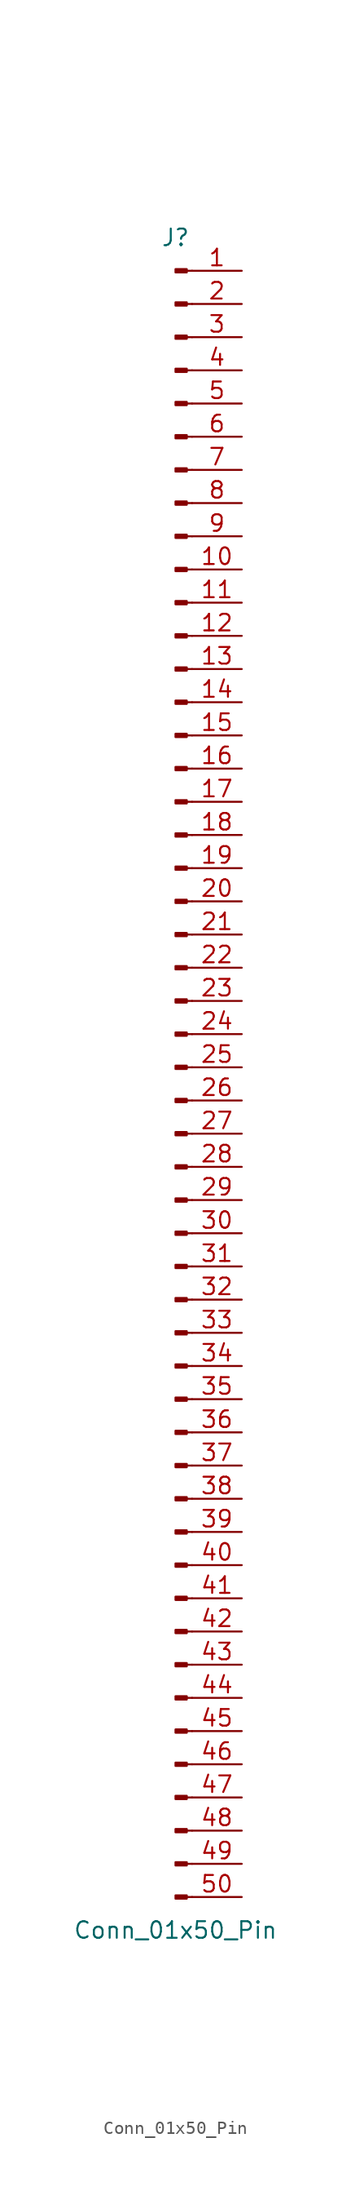
<source format=kicad_sym>
(kicad_symbol_lib
  (version 20241209)
  (generator "kicad_symbol_editor")
  (generator_version "9.0")
  (symbol "Conn_01x50_Pin"
    (pin_names
      (offset 1.016)
      (hide yes))
    (property "Reference" "J"
      (at 0 63.5 0)
      (effects (font (size 1.27 1.27))))
    (property "Value" "Conn_01x50_Pin"
      (at 0 -66.04 0)
      (effects (font (size 1.27 1.27))))
    (property "ki_locked" ""
      (at 0 0 0)
      (effects (font (size 1.27 1.27))))
    (symbol "Conn_01x50_Pin_1_1"
      (rectangle (start 0.864 61.087) (end 0 60.833) (stroke (width 0.152) (type default)) (fill (type outline)))
      (rectangle (start 0.864 58.547) (end 0 58.293) (stroke (width 0.152) (type default)) (fill (type outline)))
      (rectangle (start 0.864 56.007) (end 0 55.753) (stroke (width 0.152) (type default)) (fill (type outline)))
      (rectangle (start 0.864 53.467) (end 0 53.213) (stroke (width 0.152) (type default)) (fill (type outline)))
      (rectangle (start 0.864 50.927) (end 0 50.673) (stroke (width 0.152) (type default)) (fill (type outline)))
      (rectangle (start 0.864 48.387) (end 0 48.133) (stroke (width 0.152) (type default)) (fill (type outline)))
      (rectangle (start 0.864 45.847) (end 0 45.593) (stroke (width 0.152) (type default)) (fill (type outline)))
      (rectangle (start 0.864 43.307) (end 0 43.053) (stroke (width 0.152) (type default)) (fill (type outline)))
      (rectangle (start 0.864 40.767) (end 0 40.513) (stroke (width 0.152) (type default)) (fill (type outline)))
      (rectangle (start 0.864 38.227) (end 0 37.973) (stroke (width 0.152) (type default)) (fill (type outline)))
      (rectangle (start 0.864 35.687) (end 0 35.433) (stroke (width 0.152) (type default)) (fill (type outline)))
      (rectangle (start 0.864 33.147) (end 0 32.893) (stroke (width 0.152) (type default)) (fill (type outline)))
      (rectangle (start 0.864 30.607) (end 0 30.353) (stroke (width 0.152) (type default)) (fill (type outline)))
      (rectangle (start 0.864 28.067) (end 0 27.813) (stroke (width 0.152) (type default)) (fill (type outline)))
      (rectangle (start 0.864 25.527) (end 0 25.273) (stroke (width 0.152) (type default)) (fill (type outline)))
      (rectangle (start 0.864 22.987) (end 0 22.733) (stroke (width 0.152) (type default)) (fill (type outline)))
      (rectangle (start 0.864 20.447) (end 0 20.193) (stroke (width 0.152) (type default)) (fill (type outline)))
      (rectangle (start 0.864 17.907) (end 0 17.653) (stroke (width 0.152) (type default)) (fill (type outline)))
      (rectangle (start 0.864 15.367) (end 0 15.113) (stroke (width 0.152) (type default)) (fill (type outline)))
      (rectangle (start 0.864 12.827) (end 0 12.573) (stroke (width 0.152) (type default)) (fill (type outline)))
      (rectangle (start 0.864 10.287) (end 0 10.033) (stroke (width 0.152) (type default)) (fill (type outline)))
      (rectangle (start 0.864 7.747) (end 0 7.493) (stroke (width 0.152) (type default)) (fill (type outline)))
      (rectangle (start 0.864 5.207) (end 0 4.953) (stroke (width 0.152) (type default)) (fill (type outline)))
      (rectangle (start 0.864 2.667) (end 0 2.413) (stroke (width 0.152) (type default)) (fill (type outline)))
      (rectangle (start 0.864 0.127) (end 0 -0.127) (stroke (width 0.152) (type default)) (fill (type outline)))
      (rectangle (start 0.864 -2.413) (end 0 -2.667) (stroke (width 0.152) (type default)) (fill (type outline)))
      (rectangle (start 0.864 -4.953) (end 0 -5.207) (stroke (width 0.152) (type default)) (fill (type outline)))
      (rectangle (start 0.864 -7.493) (end 0 -7.747) (stroke (width 0.152) (type default)) (fill (type outline)))
      (rectangle (start 0.864 -10.033) (end 0 -10.287) (stroke (width 0.152) (type default)) (fill (type outline)))
      (rectangle (start 0.864 -12.573) (end 0 -12.827) (stroke (width 0.152) (type default)) (fill (type outline)))
      (rectangle (start 0.864 -15.113) (end 0 -15.367) (stroke (width 0.152) (type default)) (fill (type outline)))
      (rectangle (start 0.864 -17.653) (end 0 -17.907) (stroke (width 0.152) (type default)) (fill (type outline)))
      (rectangle (start 0.864 -20.193) (end 0 -20.447) (stroke (width 0.152) (type default)) (fill (type outline)))
      (rectangle (start 0.864 -22.733) (end 0 -22.987) (stroke (width 0.152) (type default)) (fill (type outline)))
      (rectangle (start 0.864 -25.273) (end 0 -25.527) (stroke (width 0.152) (type default)) (fill (type outline)))
      (rectangle (start 0.864 -27.813) (end 0 -28.067) (stroke (width 0.152) (type default)) (fill (type outline)))
      (rectangle (start 0.864 -30.353) (end 0 -30.607) (stroke (width 0.152) (type default)) (fill (type outline)))
      (rectangle (start 0.864 -32.893) (end 0 -33.147) (stroke (width 0.152) (type default)) (fill (type outline)))
      (rectangle (start 0.864 -35.433) (end 0 -35.687) (stroke (width 0.152) (type default)) (fill (type outline)))
      (rectangle (start 0.864 -37.973) (end 0 -38.227) (stroke (width 0.152) (type default)) (fill (type outline)))
      (rectangle (start 0.864 -40.513) (end 0 -40.767) (stroke (width 0.152) (type default)) (fill (type outline)))
      (rectangle (start 0.864 -43.053) (end 0 -43.307) (stroke (width 0.152) (type default)) (fill (type outline)))
      (rectangle (start 0.864 -45.593) (end 0 -45.847) (stroke (width 0.152) (type default)) (fill (type outline)))
      (rectangle (start 0.864 -48.133) (end 0 -48.387) (stroke (width 0.152) (type default)) (fill (type outline)))
      (rectangle (start 0.864 -50.673) (end 0 -50.927) (stroke (width 0.152) (type default)) (fill (type outline)))
      (rectangle (start 0.864 -53.213) (end 0 -53.467) (stroke (width 0.152) (type default)) (fill (type outline)))
      (rectangle (start 0.864 -55.753) (end 0 -56.007) (stroke (width 0.152) (type default)) (fill (type outline)))
      (rectangle (start 0.864 -58.293) (end 0 -58.547) (stroke (width 0.152) (type default)) (fill (type outline)))
      (rectangle (start 0.864 -60.833) (end 0 -61.087) (stroke (width 0.152) (type default)) (fill (type outline)))
      (rectangle (start 0.864 -63.373) (end 0 -63.627) (stroke (width 0.152) (type default)) (fill (type outline)))
      (polyline (pts (xy 1.27 60.96) (xy 0.864 60.96)) (stroke (width 0.152) (type default)) (fill (type none)))
      (polyline (pts (xy 1.27 58.42) (xy 0.864 58.42)) (stroke (width 0.152) (type default)) (fill (type none)))
      (polyline (pts (xy 1.27 55.88) (xy 0.864 55.88)) (stroke (width 0.152) (type default)) (fill (type none)))
      (polyline (pts (xy 1.27 53.34) (xy 0.864 53.34)) (stroke (width 0.152) (type default)) (fill (type none)))
      (polyline (pts (xy 1.27 50.8) (xy 0.864 50.8)) (stroke (width 0.152) (type default)) (fill (type none)))
      (polyline (pts (xy 1.27 48.26) (xy 0.864 48.26)) (stroke (width 0.152) (type default)) (fill (type none)))
      (polyline (pts (xy 1.27 45.72) (xy 0.864 45.72)) (stroke (width 0.152) (type default)) (fill (type none)))
      (polyline (pts (xy 1.27 43.18) (xy 0.864 43.18)) (stroke (width 0.152) (type default)) (fill (type none)))
      (polyline (pts (xy 1.27 40.64) (xy 0.864 40.64)) (stroke (width 0.152) (type default)) (fill (type none)))
      (polyline (pts (xy 1.27 38.1) (xy 0.864 38.1)) (stroke (width 0.152) (type default)) (fill (type none)))
      (polyline (pts (xy 1.27 35.56) (xy 0.864 35.56)) (stroke (width 0.152) (type default)) (fill (type none)))
      (polyline (pts (xy 1.27 33.02) (xy 0.864 33.02)) (stroke (width 0.152) (type default)) (fill (type none)))
      (polyline (pts (xy 1.27 30.48) (xy 0.864 30.48)) (stroke (width 0.152) (type default)) (fill (type none)))
      (polyline (pts (xy 1.27 27.94) (xy 0.864 27.94)) (stroke (width 0.152) (type default)) (fill (type none)))
      (polyline (pts (xy 1.27 25.4) (xy 0.864 25.4)) (stroke (width 0.152) (type default)) (fill (type none)))
      (polyline (pts (xy 1.27 22.86) (xy 0.864 22.86)) (stroke (width 0.152) (type default)) (fill (type none)))
      (polyline (pts (xy 1.27 20.32) (xy 0.864 20.32)) (stroke (width 0.152) (type default)) (fill (type none)))
      (polyline (pts (xy 1.27 17.78) (xy 0.864 17.78)) (stroke (width 0.152) (type default)) (fill (type none)))
      (polyline (pts (xy 1.27 15.24) (xy 0.864 15.24)) (stroke (width 0.152) (type default)) (fill (type none)))
      (polyline (pts (xy 1.27 12.7) (xy 0.864 12.7)) (stroke (width 0.152) (type default)) (fill (type none)))
      (polyline (pts (xy 1.27 10.16) (xy 0.864 10.16)) (stroke (width 0.152) (type default)) (fill (type none)))
      (polyline (pts (xy 1.27 7.62) (xy 0.864 7.62)) (stroke (width 0.152) (type default)) (fill (type none)))
      (polyline (pts (xy 1.27 5.08) (xy 0.864 5.08)) (stroke (width 0.152) (type default)) (fill (type none)))
      (polyline (pts (xy 1.27 2.54) (xy 0.864 2.54)) (stroke (width 0.152) (type default)) (fill (type none)))
      (polyline (pts (xy 1.27 0) (xy 0.864 0)) (stroke (width 0.152) (type default)) (fill (type none)))
      (polyline (pts (xy 1.27 -2.54) (xy 0.864 -2.54)) (stroke (width 0.152) (type default)) (fill (type none)))
      (polyline (pts (xy 1.27 -5.08) (xy 0.864 -5.08)) (stroke (width 0.152) (type default)) (fill (type none)))
      (polyline (pts (xy 1.27 -7.62) (xy 0.864 -7.62)) (stroke (width 0.152) (type default)) (fill (type none)))
      (polyline (pts (xy 1.27 -10.16) (xy 0.864 -10.16)) (stroke (width 0.152) (type default)) (fill (type none)))
      (polyline (pts (xy 1.27 -12.7) (xy 0.864 -12.7)) (stroke (width 0.152) (type default)) (fill (type none)))
      (polyline (pts (xy 1.27 -15.24) (xy 0.864 -15.24)) (stroke (width 0.152) (type default)) (fill (type none)))
      (polyline (pts (xy 1.27 -17.78) (xy 0.864 -17.78)) (stroke (width 0.152) (type default)) (fill (type none)))
      (polyline (pts (xy 1.27 -20.32) (xy 0.864 -20.32)) (stroke (width 0.152) (type default)) (fill (type none)))
      (polyline (pts (xy 1.27 -22.86) (xy 0.864 -22.86)) (stroke (width 0.152) (type default)) (fill (type none)))
      (polyline (pts (xy 1.27 -25.4) (xy 0.864 -25.4)) (stroke (width 0.152) (type default)) (fill (type none)))
      (polyline (pts (xy 1.27 -27.94) (xy 0.864 -27.94)) (stroke (width 0.152) (type default)) (fill (type none)))
      (polyline (pts (xy 1.27 -30.48) (xy 0.864 -30.48)) (stroke (width 0.152) (type default)) (fill (type none)))
      (polyline (pts (xy 1.27 -33.02) (xy 0.864 -33.02)) (stroke (width 0.152) (type default)) (fill (type none)))
      (polyline (pts (xy 1.27 -35.56) (xy 0.864 -35.56)) (stroke (width 0.152) (type default)) (fill (type none)))
      (polyline (pts (xy 1.27 -38.1) (xy 0.864 -38.1)) (stroke (width 0.152) (type default)) (fill (type none)))
      (polyline (pts (xy 1.27 -40.64) (xy 0.864 -40.64)) (stroke (width 0.152) (type default)) (fill (type none)))
      (polyline (pts (xy 1.27 -43.18) (xy 0.864 -43.18)) (stroke (width 0.152) (type default)) (fill (type none)))
      (polyline (pts (xy 1.27 -45.72) (xy 0.864 -45.72)) (stroke (width 0.152) (type default)) (fill (type none)))
      (polyline (pts (xy 1.27 -48.26) (xy 0.864 -48.26)) (stroke (width 0.152) (type default)) (fill (type none)))
      (polyline (pts (xy 1.27 -50.8) (xy 0.864 -50.8)) (stroke (width 0.152) (type default)) (fill (type none)))
      (polyline (pts (xy 1.27 -53.34) (xy 0.864 -53.34)) (stroke (width 0.152) (type default)) (fill (type none)))
      (polyline (pts (xy 1.27 -55.88) (xy 0.864 -55.88)) (stroke (width 0.152) (type default)) (fill (type none)))
      (polyline (pts (xy 1.27 -58.42) (xy 0.864 -58.42)) (stroke (width 0.152) (type default)) (fill (type none)))
      (polyline (pts (xy 1.27 -60.96) (xy 0.864 -60.96)) (stroke (width 0.152) (type default)) (fill (type none)))
      (polyline (pts (xy 1.27 -63.5) (xy 0.864 -63.5)) (stroke (width 0.152) (type default)) (fill (type none)))
      (pin passive line (at 5.08 60.96 180) (length 3.81) (name "Pin_1" (effects (font (size 1.27 1.27)))) (number "1" (effects (font (size 1.27 1.27)))))
      (pin passive line (at 5.08 58.42 180) (length 3.81) (name "Pin_2" (effects (font (size 1.27 1.27)))) (number "2" (effects (font (size 1.27 1.27)))))
      (pin passive line (at 5.08 55.88 180) (length 3.81) (name "Pin_3" (effects (font (size 1.27 1.27)))) (number "3" (effects (font (size 1.27 1.27)))))
      (pin passive line (at 5.08 53.34 180) (length 3.81) (name "Pin_4" (effects (font (size 1.27 1.27)))) (number "4" (effects (font (size 1.27 1.27)))))
      (pin passive line (at 5.08 50.8 180) (length 3.81) (name "Pin_5" (effects (font (size 1.27 1.27)))) (number "5" (effects (font (size 1.27 1.27)))))
      (pin passive line (at 5.08 48.26 180) (length 3.81) (name "Pin_6" (effects (font (size 1.27 1.27)))) (number "6" (effects (font (size 1.27 1.27)))))
      (pin passive line (at 5.08 45.72 180) (length 3.81) (name "Pin_7" (effects (font (size 1.27 1.27)))) (number "7" (effects (font (size 1.27 1.27)))))
      (pin passive line (at 5.08 43.18 180) (length 3.81) (name "Pin_8" (effects (font (size 1.27 1.27)))) (number "8" (effects (font (size 1.27 1.27)))))
      (pin passive line (at 5.08 40.64 180) (length 3.81) (name "Pin_9" (effects (font (size 1.27 1.27)))) (number "9" (effects (font (size 1.27 1.27)))))
      (pin passive line (at 5.08 38.1 180) (length 3.81) (name "Pin_10" (effects (font (size 1.27 1.27)))) (number "10" (effects (font (size 1.27 1.27)))))
      (pin passive line (at 5.08 35.56 180) (length 3.81) (name "Pin_11" (effects (font (size 1.27 1.27)))) (number "11" (effects (font (size 1.27 1.27)))))
      (pin passive line (at 5.08 33.02 180) (length 3.81) (name "Pin_12" (effects (font (size 1.27 1.27)))) (number "12" (effects (font (size 1.27 1.27)))))
      (pin passive line (at 5.08 30.48 180) (length 3.81) (name "Pin_13" (effects (font (size 1.27 1.27)))) (number "13" (effects (font (size 1.27 1.27)))))
      (pin passive line (at 5.08 27.94 180) (length 3.81) (name "Pin_14" (effects (font (size 1.27 1.27)))) (number "14" (effects (font (size 1.27 1.27)))))
      (pin passive line (at 5.08 25.4 180) (length 3.81) (name "Pin_15" (effects (font (size 1.27 1.27)))) (number "15" (effects (font (size 1.27 1.27)))))
      (pin passive line (at 5.08 22.86 180) (length 3.81) (name "Pin_16" (effects (font (size 1.27 1.27)))) (number "16" (effects (font (size 1.27 1.27)))))
      (pin passive line (at 5.08 20.32 180) (length 3.81) (name "Pin_17" (effects (font (size 1.27 1.27)))) (number "17" (effects (font (size 1.27 1.27)))))
      (pin passive line (at 5.08 17.78 180) (length 3.81) (name "Pin_18" (effects (font (size 1.27 1.27)))) (number "18" (effects (font (size 1.27 1.27)))))
      (pin passive line (at 5.08 15.24 180) (length 3.81) (name "Pin_19" (effects (font (size 1.27 1.27)))) (number "19" (effects (font (size 1.27 1.27)))))
      (pin passive line (at 5.08 12.7 180) (length 3.81) (name "Pin_20" (effects (font (size 1.27 1.27)))) (number "20" (effects (font (size 1.27 1.27)))))
      (pin passive line (at 5.08 10.16 180) (length 3.81) (name "Pin_21" (effects (font (size 1.27 1.27)))) (number "21" (effects (font (size 1.27 1.27)))))
      (pin passive line (at 5.08 7.62 180) (length 3.81) (name "Pin_22" (effects (font (size 1.27 1.27)))) (number "22" (effects (font (size 1.27 1.27)))))
      (pin passive line (at 5.08 5.08 180) (length 3.81) (name "Pin_23" (effects (font (size 1.27 1.27)))) (number "23" (effects (font (size 1.27 1.27)))))
      (pin passive line (at 5.08 2.54 180) (length 3.81) (name "Pin_24" (effects (font (size 1.27 1.27)))) (number "24" (effects (font (size 1.27 1.27)))))
      (pin passive line (at 5.08 0 180) (length 3.81) (name "Pin_25" (effects (font (size 1.27 1.27)))) (number "25" (effects (font (size 1.27 1.27)))))
      (pin passive line (at 5.08 -2.54 180) (length 3.81) (name "Pin_26" (effects (font (size 1.27 1.27)))) (number "26" (effects (font (size 1.27 1.27)))))
      (pin passive line (at 5.08 -5.08 180) (length 3.81) (name "Pin_27" (effects (font (size 1.27 1.27)))) (number "27" (effects (font (size 1.27 1.27)))))
      (pin passive line (at 5.08 -7.62 180) (length 3.81) (name "Pin_28" (effects (font (size 1.27 1.27)))) (number "28" (effects (font (size 1.27 1.27)))))
      (pin passive line (at 5.08 -10.16 180) (length 3.81) (name "Pin_29" (effects (font (size 1.27 1.27)))) (number "29" (effects (font (size 1.27 1.27)))))
      (pin passive line (at 5.08 -12.7 180) (length 3.81) (name "Pin_30" (effects (font (size 1.27 1.27)))) (number "30" (effects (font (size 1.27 1.27)))))
      (pin passive line (at 5.08 -15.24 180) (length 3.81) (name "Pin_31" (effects (font (size 1.27 1.27)))) (number "31" (effects (font (size 1.27 1.27)))))
      (pin passive line (at 5.08 -17.78 180) (length 3.81) (name "Pin_32" (effects (font (size 1.27 1.27)))) (number "32" (effects (font (size 1.27 1.27)))))
      (pin passive line (at 5.08 -20.32 180) (length 3.81) (name "Pin_33" (effects (font (size 1.27 1.27)))) (number "33" (effects (font (size 1.27 1.27)))))
      (pin passive line (at 5.08 -22.86 180) (length 3.81) (name "Pin_34" (effects (font (size 1.27 1.27)))) (number "34" (effects (font (size 1.27 1.27)))))
      (pin passive line (at 5.08 -25.4 180) (length 3.81) (name "Pin_35" (effects (font (size 1.27 1.27)))) (number "35" (effects (font (size 1.27 1.27)))))
      (pin passive line (at 5.08 -27.94 180) (length 3.81) (name "Pin_36" (effects (font (size 1.27 1.27)))) (number "36" (effects (font (size 1.27 1.27)))))
      (pin passive line (at 5.08 -30.48 180) (length 3.81) (name "Pin_37" (effects (font (size 1.27 1.27)))) (number "37" (effects (font (size 1.27 1.27)))))
      (pin passive line (at 5.08 -33.02 180) (length 3.81) (name "Pin_38" (effects (font (size 1.27 1.27)))) (number "38" (effects (font (size 1.27 1.27)))))
      (pin passive line (at 5.08 -35.56 180) (length 3.81) (name "Pin_39" (effects (font (size 1.27 1.27)))) (number "39" (effects (font (size 1.27 1.27)))))
      (pin passive line (at 5.08 -38.1 180) (length 3.81) (name "Pin_40" (effects (font (size 1.27 1.27)))) (number "40" (effects (font (size 1.27 1.27)))))
      (pin passive line (at 5.08 -40.64 180) (length 3.81) (name "Pin_41" (effects (font (size 1.27 1.27)))) (number "41" (effects (font (size 1.27 1.27)))))
      (pin passive line (at 5.08 -43.18 180) (length 3.81) (name "Pin_42" (effects (font (size 1.27 1.27)))) (number "42" (effects (font (size 1.27 1.27)))))
      (pin passive line (at 5.08 -45.72 180) (length 3.81) (name "Pin_43" (effects (font (size 1.27 1.27)))) (number "43" (effects (font (size 1.27 1.27)))))
      (pin passive line (at 5.08 -48.26 180) (length 3.81) (name "Pin_44" (effects (font (size 1.27 1.27)))) (number "44" (effects (font (size 1.27 1.27)))))
      (pin passive line (at 5.08 -50.8 180) (length 3.81) (name "Pin_45" (effects (font (size 1.27 1.27)))) (number "45" (effects (font (size 1.27 1.27)))))
      (pin passive line (at 5.08 -53.34 180) (length 3.81) (name "Pin_46" (effects (font (size 1.27 1.27)))) (number "46" (effects (font (size 1.27 1.27)))))
      (pin passive line (at 5.08 -55.88 180) (length 3.81) (name "Pin_47" (effects (font (size 1.27 1.27)))) (number "47" (effects (font (size 1.27 1.27)))))
      (pin passive line (at 5.08 -58.42 180) (length 3.81) (name "Pin_48" (effects (font (size 1.27 1.27)))) (number "48" (effects (font (size 1.27 1.27)))))
      (pin passive line (at 5.08 -60.96 180) (length 3.81) (name "Pin_49" (effects (font (size 1.27 1.27)))) (number "49" (effects (font (size 1.27 1.27)))))
      (pin passive line (at 5.08 -63.5 180) (length 3.81) (name "Pin_50" (effects (font (size 1.27 1.27)))) (number "50" (effects (font (size 1.27 1.27))))))))
</source>
